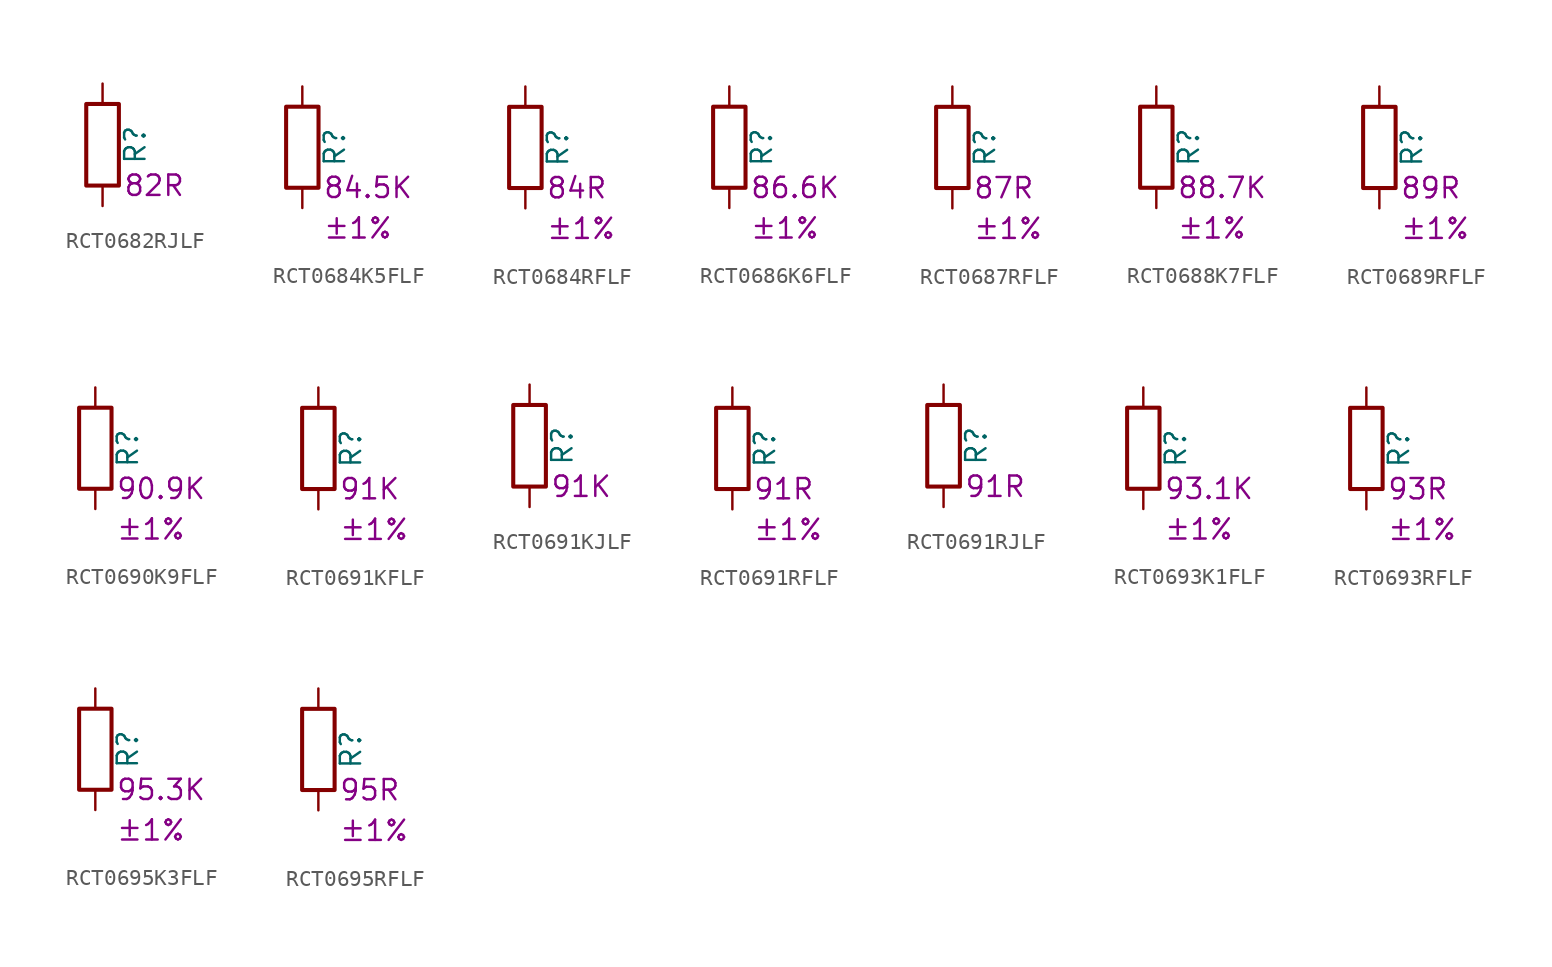
<source format=kicad_sym>
(kicad_symbol_lib
  (version 20220914)
  (generator kicad_symbol_editor)
  (symbol "RCT0682RJLF"
    (pin_numbers hide)
    (pin_names
      (offset 0))
    (property "Reference" "R"
      (at 2.032 0 90)
      (effects (font (size 1.27 1.27))))
    (property "Resistance" "82R"
      (at 1.27 -2.54 0)
      (effects (font (size 1.27 1.27)) (justify left)))
    (symbol "RCT0682RJLF_0_1"
      (rectangle (start -1.016 -2.54) (end 1.016 2.54) (stroke (width 0.254) (type default)) (fill (type none))))
    (symbol "RCT0682RJLF_1_1"
      (pin passive line (at 0 3.81 270) (length 1.27) (name "~" (effects (font (size 1.27 1.27)))) (number "1" (effects (font (size 1.27 1.27)))))
      (pin passive line (at 0 -3.81 90) (length 1.27) (name "~" (effects (font (size 1.27 1.27)))) (number "2" (effects (font (size 1.27 1.27)))))))
  (symbol "RCT0684K5FLF"
    (pin_numbers hide)
    (pin_names
      (offset 0))
    (property "Reference" "R"
      (at 2.032 0 90)
      (effects (font (size 1.27 1.27))))
    (property "Resistance" "84.5K"
      (at 1.27 -2.54 0)
      (effects (font (size 1.27 1.27)) (justify left)))
    (property "Tolerance" "±1%"
      (at 1.27 -5.08 0)
      (effects (font (size 1.27 1.27)) (justify left)))
    (symbol "RCT0684K5FLF_0_1"
      (rectangle (start -1.016 -2.54) (end 1.016 2.54) (stroke (width 0.254) (type default)) (fill (type none))))
    (symbol "RCT0684K5FLF_1_1"
      (pin passive line (at 0 3.81 270) (length 1.27) (name "~" (effects (font (size 1.27 1.27)))) (number "1" (effects (font (size 1.27 1.27)))))
      (pin passive line (at 0 -3.81 90) (length 1.27) (name "~" (effects (font (size 1.27 1.27)))) (number "2" (effects (font (size 1.27 1.27)))))))
  (symbol "RCT0684RFLF"
    (pin_numbers hide)
    (pin_names
      (offset 0))
    (property "Reference" "R"
      (at 2.032 0 90)
      (effects (font (size 1.27 1.27))))
    (property "Resistance" "84R"
      (at 1.27 -2.54 0)
      (effects (font (size 1.27 1.27)) (justify left)))
    (property "Tolerance" "±1%"
      (at 1.27 -5.08 0)
      (effects (font (size 1.27 1.27)) (justify left)))
    (symbol "RCT0684RFLF_0_1"
      (rectangle (start -1.016 -2.54) (end 1.016 2.54) (stroke (width 0.254) (type default)) (fill (type none))))
    (symbol "RCT0684RFLF_1_1"
      (pin passive line (at 0 3.81 270) (length 1.27) (name "~" (effects (font (size 1.27 1.27)))) (number "1" (effects (font (size 1.27 1.27)))))
      (pin passive line (at 0 -3.81 90) (length 1.27) (name "~" (effects (font (size 1.27 1.27)))) (number "2" (effects (font (size 1.27 1.27)))))))
  (symbol "RCT0686K6FLF"
    (pin_numbers hide)
    (pin_names
      (offset 0))
    (property "Reference" "R"
      (at 2.032 0 90)
      (effects (font (size 1.27 1.27))))
    (property "Resistance" "86.6K"
      (at 1.27 -2.54 0)
      (effects (font (size 1.27 1.27)) (justify left)))
    (property "Tolerance" "±1%"
      (at 1.27 -5.08 0)
      (effects (font (size 1.27 1.27)) (justify left)))
    (symbol "RCT0686K6FLF_0_1"
      (rectangle (start -1.016 -2.54) (end 1.016 2.54) (stroke (width 0.254) (type default)) (fill (type none))))
    (symbol "RCT0686K6FLF_1_1"
      (pin passive line (at 0 3.81 270) (length 1.27) (name "~" (effects (font (size 1.27 1.27)))) (number "1" (effects (font (size 1.27 1.27)))))
      (pin passive line (at 0 -3.81 90) (length 1.27) (name "~" (effects (font (size 1.27 1.27)))) (number "2" (effects (font (size 1.27 1.27)))))))
  (symbol "RCT0687RFLF"
    (pin_numbers hide)
    (pin_names
      (offset 0))
    (property "Reference" "R"
      (at 2.032 0 90)
      (effects (font (size 1.27 1.27))))
    (property "Resistance" "87R"
      (at 1.27 -2.54 0)
      (effects (font (size 1.27 1.27)) (justify left)))
    (property "Tolerance" "±1%"
      (at 1.27 -5.08 0)
      (effects (font (size 1.27 1.27)) (justify left)))
    (symbol "RCT0687RFLF_0_1"
      (rectangle (start -1.016 -2.54) (end 1.016 2.54) (stroke (width 0.254) (type default)) (fill (type none))))
    (symbol "RCT0687RFLF_1_1"
      (pin passive line (at 0 3.81 270) (length 1.27) (name "~" (effects (font (size 1.27 1.27)))) (number "1" (effects (font (size 1.27 1.27)))))
      (pin passive line (at 0 -3.81 90) (length 1.27) (name "~" (effects (font (size 1.27 1.27)))) (number "2" (effects (font (size 1.27 1.27)))))))
  (symbol "RCT0688K7FLF"
    (pin_numbers hide)
    (pin_names
      (offset 0))
    (property "Reference" "R"
      (at 2.032 0 90)
      (effects (font (size 1.27 1.27))))
    (property "Resistance" "88.7K"
      (at 1.27 -2.54 0)
      (effects (font (size 1.27 1.27)) (justify left)))
    (property "Tolerance" "±1%"
      (at 1.27 -5.08 0)
      (effects (font (size 1.27 1.27)) (justify left)))
    (symbol "RCT0688K7FLF_0_1"
      (rectangle (start -1.016 -2.54) (end 1.016 2.54) (stroke (width 0.254) (type default)) (fill (type none))))
    (symbol "RCT0688K7FLF_1_1"
      (pin passive line (at 0 3.81 270) (length 1.27) (name "~" (effects (font (size 1.27 1.27)))) (number "1" (effects (font (size 1.27 1.27)))))
      (pin passive line (at 0 -3.81 90) (length 1.27) (name "~" (effects (font (size 1.27 1.27)))) (number "2" (effects (font (size 1.27 1.27)))))))
  (symbol "RCT0689RFLF"
    (pin_numbers hide)
    (pin_names
      (offset 0))
    (property "Reference" "R"
      (at 2.032 0 90)
      (effects (font (size 1.27 1.27))))
    (property "Resistance" "89R"
      (at 1.27 -2.54 0)
      (effects (font (size 1.27 1.27)) (justify left)))
    (property "Tolerance" "±1%"
      (at 1.27 -5.08 0)
      (effects (font (size 1.27 1.27)) (justify left)))
    (symbol "RCT0689RFLF_0_1"
      (rectangle (start -1.016 -2.54) (end 1.016 2.54) (stroke (width 0.254) (type default)) (fill (type none))))
    (symbol "RCT0689RFLF_1_1"
      (pin passive line (at 0 3.81 270) (length 1.27) (name "~" (effects (font (size 1.27 1.27)))) (number "1" (effects (font (size 1.27 1.27)))))
      (pin passive line (at 0 -3.81 90) (length 1.27) (name "~" (effects (font (size 1.27 1.27)))) (number "2" (effects (font (size 1.27 1.27)))))))
  (symbol "RCT0690K9FLF"
    (pin_numbers hide)
    (pin_names
      (offset 0))
    (property "Reference" "R"
      (at 2.032 0 90)
      (effects (font (size 1.27 1.27))))
    (property "Resistance" "90.9K"
      (at 1.27 -2.54 0)
      (effects (font (size 1.27 1.27)) (justify left)))
    (property "Tolerance" "±1%"
      (at 1.27 -5.08 0)
      (effects (font (size 1.27 1.27)) (justify left)))
    (symbol "RCT0690K9FLF_0_1"
      (rectangle (start -1.016 -2.54) (end 1.016 2.54) (stroke (width 0.254) (type default)) (fill (type none))))
    (symbol "RCT0690K9FLF_1_1"
      (pin passive line (at 0 3.81 270) (length 1.27) (name "~" (effects (font (size 1.27 1.27)))) (number "1" (effects (font (size 1.27 1.27)))))
      (pin passive line (at 0 -3.81 90) (length 1.27) (name "~" (effects (font (size 1.27 1.27)))) (number "2" (effects (font (size 1.27 1.27)))))))
  (symbol "RCT0691KFLF"
    (pin_numbers hide)
    (pin_names
      (offset 0))
    (property "Reference" "R"
      (at 2.032 0 90)
      (effects (font (size 1.27 1.27))))
    (property "Resistance" "91K"
      (at 1.27 -2.54 0)
      (effects (font (size 1.27 1.27)) (justify left)))
    (property "Tolerance" "±1%"
      (at 1.27 -5.08 0)
      (effects (font (size 1.27 1.27)) (justify left)))
    (symbol "RCT0691KFLF_0_1"
      (rectangle (start -1.016 -2.54) (end 1.016 2.54) (stroke (width 0.254) (type default)) (fill (type none))))
    (symbol "RCT0691KFLF_1_1"
      (pin passive line (at 0 3.81 270) (length 1.27) (name "~" (effects (font (size 1.27 1.27)))) (number "1" (effects (font (size 1.27 1.27)))))
      (pin passive line (at 0 -3.81 90) (length 1.27) (name "~" (effects (font (size 1.27 1.27)))) (number "2" (effects (font (size 1.27 1.27)))))))
  (symbol "RCT0691KJLF"
    (pin_numbers hide)
    (pin_names
      (offset 0))
    (property "Reference" "R"
      (at 2.032 0 90)
      (effects (font (size 1.27 1.27))))
    (property "Resistance" "91K"
      (at 1.27 -2.54 0)
      (effects (font (size 1.27 1.27)) (justify left)))
    (symbol "RCT0691KJLF_0_1"
      (rectangle (start -1.016 -2.54) (end 1.016 2.54) (stroke (width 0.254) (type default)) (fill (type none))))
    (symbol "RCT0691KJLF_1_1"
      (pin passive line (at 0 3.81 270) (length 1.27) (name "~" (effects (font (size 1.27 1.27)))) (number "1" (effects (font (size 1.27 1.27)))))
      (pin passive line (at 0 -3.81 90) (length 1.27) (name "~" (effects (font (size 1.27 1.27)))) (number "2" (effects (font (size 1.27 1.27)))))))
  (symbol "RCT0691RFLF"
    (pin_numbers hide)
    (pin_names
      (offset 0))
    (property "Reference" "R"
      (at 2.032 0 90)
      (effects (font (size 1.27 1.27))))
    (property "Resistance" "91R"
      (at 1.27 -2.54 0)
      (effects (font (size 1.27 1.27)) (justify left)))
    (property "Tolerance" "±1%"
      (at 1.27 -5.08 0)
      (effects (font (size 1.27 1.27)) (justify left)))
    (symbol "RCT0691RFLF_0_1"
      (rectangle (start -1.016 -2.54) (end 1.016 2.54) (stroke (width 0.254) (type default)) (fill (type none))))
    (symbol "RCT0691RFLF_1_1"
      (pin passive line (at 0 3.81 270) (length 1.27) (name "~" (effects (font (size 1.27 1.27)))) (number "1" (effects (font (size 1.27 1.27)))))
      (pin passive line (at 0 -3.81 90) (length 1.27) (name "~" (effects (font (size 1.27 1.27)))) (number "2" (effects (font (size 1.27 1.27)))))))
  (symbol "RCT0691RJLF"
    (pin_numbers hide)
    (pin_names
      (offset 0))
    (property "Reference" "R"
      (at 2.032 0 90)
      (effects (font (size 1.27 1.27))))
    (property "Resistance" "91R"
      (at 1.27 -2.54 0)
      (effects (font (size 1.27 1.27)) (justify left)))
    (symbol "RCT0691RJLF_0_1"
      (rectangle (start -1.016 -2.54) (end 1.016 2.54) (stroke (width 0.254) (type default)) (fill (type none))))
    (symbol "RCT0691RJLF_1_1"
      (pin passive line (at 0 3.81 270) (length 1.27) (name "~" (effects (font (size 1.27 1.27)))) (number "1" (effects (font (size 1.27 1.27)))))
      (pin passive line (at 0 -3.81 90) (length 1.27) (name "~" (effects (font (size 1.27 1.27)))) (number "2" (effects (font (size 1.27 1.27)))))))
  (symbol "RCT0693K1FLF"
    (pin_numbers hide)
    (pin_names
      (offset 0))
    (property "Reference" "R"
      (at 2.032 0 90)
      (effects (font (size 1.27 1.27))))
    (property "Resistance" "93.1K"
      (at 1.27 -2.54 0)
      (effects (font (size 1.27 1.27)) (justify left)))
    (property "Tolerance" "±1%"
      (at 1.27 -5.08 0)
      (effects (font (size 1.27 1.27)) (justify left)))
    (symbol "RCT0693K1FLF_0_1"
      (rectangle (start -1.016 -2.54) (end 1.016 2.54) (stroke (width 0.254) (type default)) (fill (type none))))
    (symbol "RCT0693K1FLF_1_1"
      (pin passive line (at 0 3.81 270) (length 1.27) (name "~" (effects (font (size 1.27 1.27)))) (number "1" (effects (font (size 1.27 1.27)))))
      (pin passive line (at 0 -3.81 90) (length 1.27) (name "~" (effects (font (size 1.27 1.27)))) (number "2" (effects (font (size 1.27 1.27)))))))
  (symbol "RCT0693RFLF"
    (pin_numbers hide)
    (pin_names
      (offset 0))
    (property "Reference" "R"
      (at 2.032 0 90)
      (effects (font (size 1.27 1.27))))
    (property "Resistance" "93R"
      (at 1.27 -2.54 0)
      (effects (font (size 1.27 1.27)) (justify left)))
    (property "Tolerance" "±1%"
      (at 1.27 -5.08 0)
      (effects (font (size 1.27 1.27)) (justify left)))
    (symbol "RCT0693RFLF_0_1"
      (rectangle (start -1.016 -2.54) (end 1.016 2.54) (stroke (width 0.254) (type default)) (fill (type none))))
    (symbol "RCT0693RFLF_1_1"
      (pin passive line (at 0 3.81 270) (length 1.27) (name "~" (effects (font (size 1.27 1.27)))) (number "1" (effects (font (size 1.27 1.27)))))
      (pin passive line (at 0 -3.81 90) (length 1.27) (name "~" (effects (font (size 1.27 1.27)))) (number "2" (effects (font (size 1.27 1.27)))))))
  (symbol "RCT0695K3FLF"
    (pin_numbers hide)
    (pin_names
      (offset 0))
    (property "Reference" "R"
      (at 2.032 0 90)
      (effects (font (size 1.27 1.27))))
    (property "Resistance" "95.3K"
      (at 1.27 -2.54 0)
      (effects (font (size 1.27 1.27)) (justify left)))
    (property "Tolerance" "±1%"
      (at 1.27 -5.08 0)
      (effects (font (size 1.27 1.27)) (justify left)))
    (symbol "RCT0695K3FLF_0_1"
      (rectangle (start -1.016 -2.54) (end 1.016 2.54) (stroke (width 0.254) (type default)) (fill (type none))))
    (symbol "RCT0695K3FLF_1_1"
      (pin passive line (at 0 3.81 270) (length 1.27) (name "~" (effects (font (size 1.27 1.27)))) (number "1" (effects (font (size 1.27 1.27)))))
      (pin passive line (at 0 -3.81 90) (length 1.27) (name "~" (effects (font (size 1.27 1.27)))) (number "2" (effects (font (size 1.27 1.27)))))))
  (symbol "RCT0695RFLF"
    (pin_numbers hide)
    (pin_names
      (offset 0))
    (property "Reference" "R"
      (at 2.032 0 90)
      (effects (font (size 1.27 1.27))))
    (property "Resistance" "95R"
      (at 1.27 -2.54 0)
      (effects (font (size 1.27 1.27)) (justify left)))
    (property "Tolerance" "±1%"
      (at 1.27 -5.08 0)
      (effects (font (size 1.27 1.27)) (justify left)))
    (symbol "RCT0695RFLF_0_1"
      (rectangle (start -1.016 -2.54) (end 1.016 2.54) (stroke (width 0.254) (type default)) (fill (type none))))
    (symbol "RCT0695RFLF_1_1"
      (pin passive line (at 0 3.81 270) (length 1.27) (name "~" (effects (font (size 1.27 1.27)))) (number "1" (effects (font (size 1.27 1.27)))))
      (pin passive line (at 0 -3.81 90) (length 1.27) (name "~" (effects (font (size 1.27 1.27)))) (number "2" (effects (font (size 1.27 1.27))))))))
</source>
